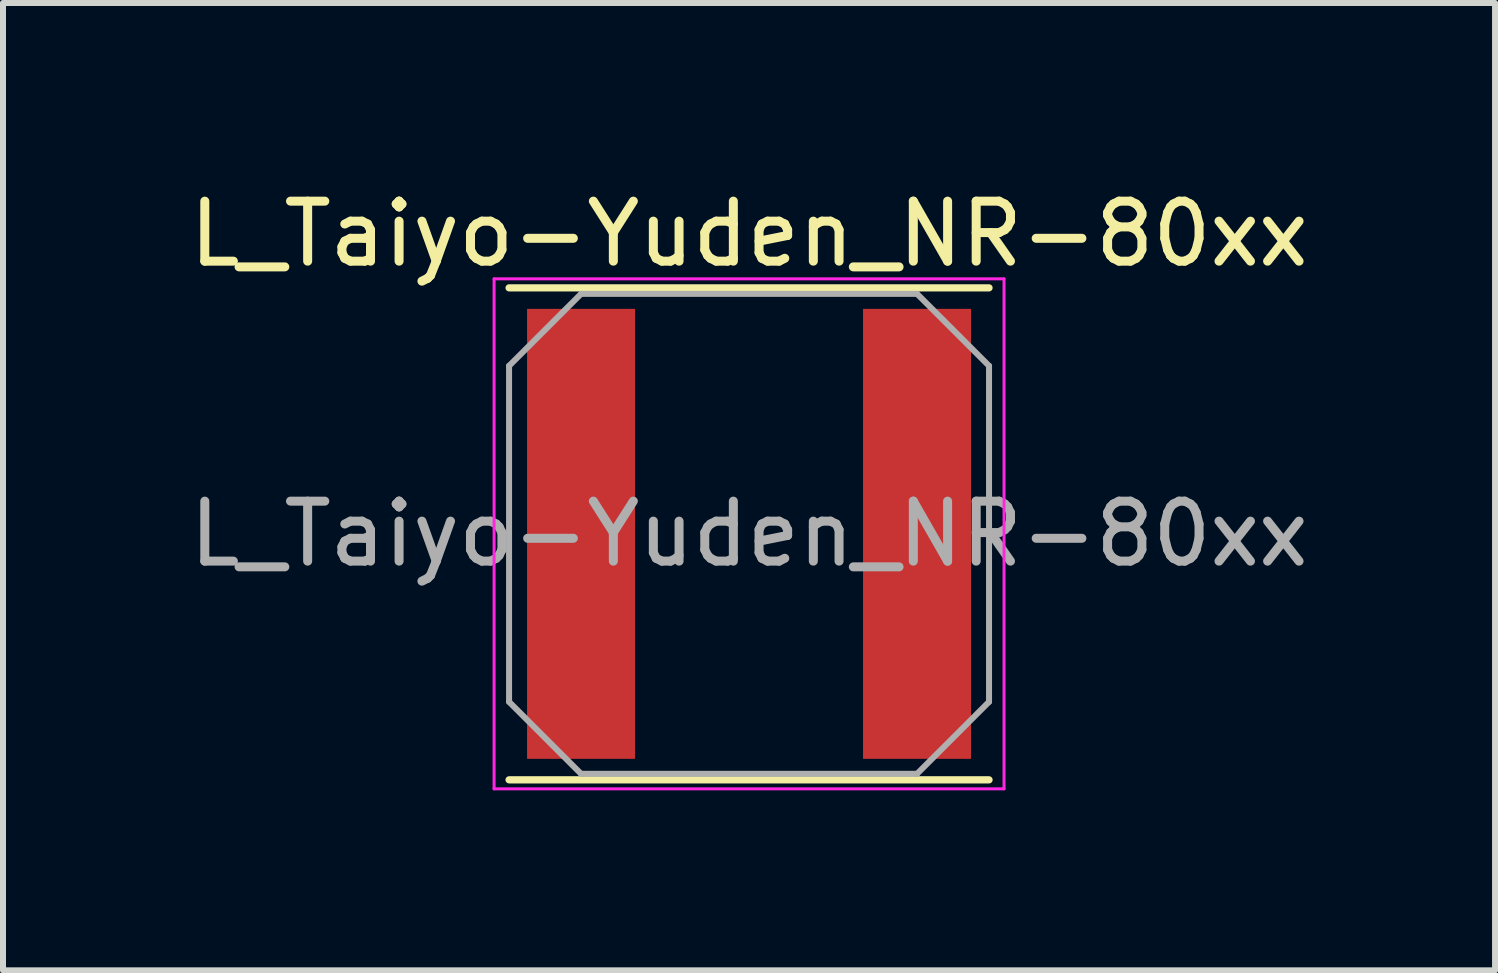
<source format=kicad_pcb>
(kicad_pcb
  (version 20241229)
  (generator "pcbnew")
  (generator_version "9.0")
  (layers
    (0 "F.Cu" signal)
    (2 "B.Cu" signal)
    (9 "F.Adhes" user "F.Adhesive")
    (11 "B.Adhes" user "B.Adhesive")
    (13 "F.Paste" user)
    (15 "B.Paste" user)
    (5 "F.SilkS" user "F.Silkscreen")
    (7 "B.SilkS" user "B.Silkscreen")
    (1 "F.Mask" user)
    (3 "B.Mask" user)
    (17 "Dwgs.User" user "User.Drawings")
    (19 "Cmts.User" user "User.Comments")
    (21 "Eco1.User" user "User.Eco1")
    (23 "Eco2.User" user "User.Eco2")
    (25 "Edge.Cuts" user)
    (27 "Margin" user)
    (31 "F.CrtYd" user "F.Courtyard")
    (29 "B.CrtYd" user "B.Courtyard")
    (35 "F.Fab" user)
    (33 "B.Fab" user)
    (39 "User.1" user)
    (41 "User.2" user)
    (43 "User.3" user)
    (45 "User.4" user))
  (footprint "L_Taiyo-Yuden_NR-80xx"
    (layer "F.Cu")
    (at 9.435 5.848)
    (property "Reference" "L_Taiyo-Yuden_NR-80xx" (at 0 -5 0) (layer "F.SilkS") (effects (font (size 1 1) (thickness 0.15))))
    (attr smd)
    (fp_line (start -4 -4.1) (end 4 -4.1) (stroke (width 0.12) (type solid)) (layer "F.SilkS"))
    (fp_line (start -4 4.1) (end 4 4.1) (stroke (width 0.12) (type solid)) (layer "F.SilkS"))
    (fp_line (start -4.25 -4.25) (end -4.25 4.25) (stroke (width 0.05) (type solid)) (layer "F.CrtYd"))
    (fp_line (start -4.25 4.25) (end 4.25 4.25) (stroke (width 0.05) (type solid)) (layer "F.CrtYd"))
    (fp_line (start 4.25 -4.25) (end -4.25 -4.25) (stroke (width 0.05) (type solid)) (layer "F.CrtYd"))
    (fp_line (start 4.25 4.25) (end 4.25 -4.25) (stroke (width 0.05) (type solid)) (layer "F.CrtYd"))
    (fp_line (start -4 -2.8) (end -2.8 -4) (stroke (width 0.1) (type solid)) (layer "F.Fab"))
    (fp_line (start -4 2.8) (end -4 -2.8) (stroke (width 0.1) (type solid)) (layer "F.Fab"))
    (fp_line (start -4 2.8) (end -2.8 4) (stroke (width 0.1) (type solid)) (layer "F.Fab"))
    (fp_line (start -2.8 -4) (end 2.8 -4) (stroke (width 0.1) (type solid)) (layer "F.Fab"))
    (fp_line (start -2.8 4) (end 2.8 4) (stroke (width 0.1) (type solid)) (layer "F.Fab"))
    (fp_line (start 4 -2.8) (end 2.8 -4) (stroke (width 0.1) (type solid)) (layer "F.Fab"))
    (fp_line (start 4 2.8) (end 2.8 4) (stroke (width 0.1) (type solid)) (layer "F.Fab"))
    (fp_line (start 4 2.8) (end 4 -2.8) (stroke (width 0.1) (type solid)) (layer "F.Fab"))
    (fp_text user "${REFERENCE}" (at 0 0 0) (layer "F.Fab") (effects (font (size 1 1) (thickness 0.15))))
    (pad "1" smd rect (at -2.8 0) (size 1.8 7.5) (layers "F.Cu" "F.Mask" "F.Paste"))
    (pad "2" smd rect (at 2.8 0) (size 1.8 7.5) (layers "F.Cu" "F.Mask" "F.Paste")))
  (gr_rect
    (start -3 -3)
    (end 21.869 13.123)
    (stroke (width 0.1) (type default))
    (fill no)
    (layer "Edge.Cuts")))
</source>
